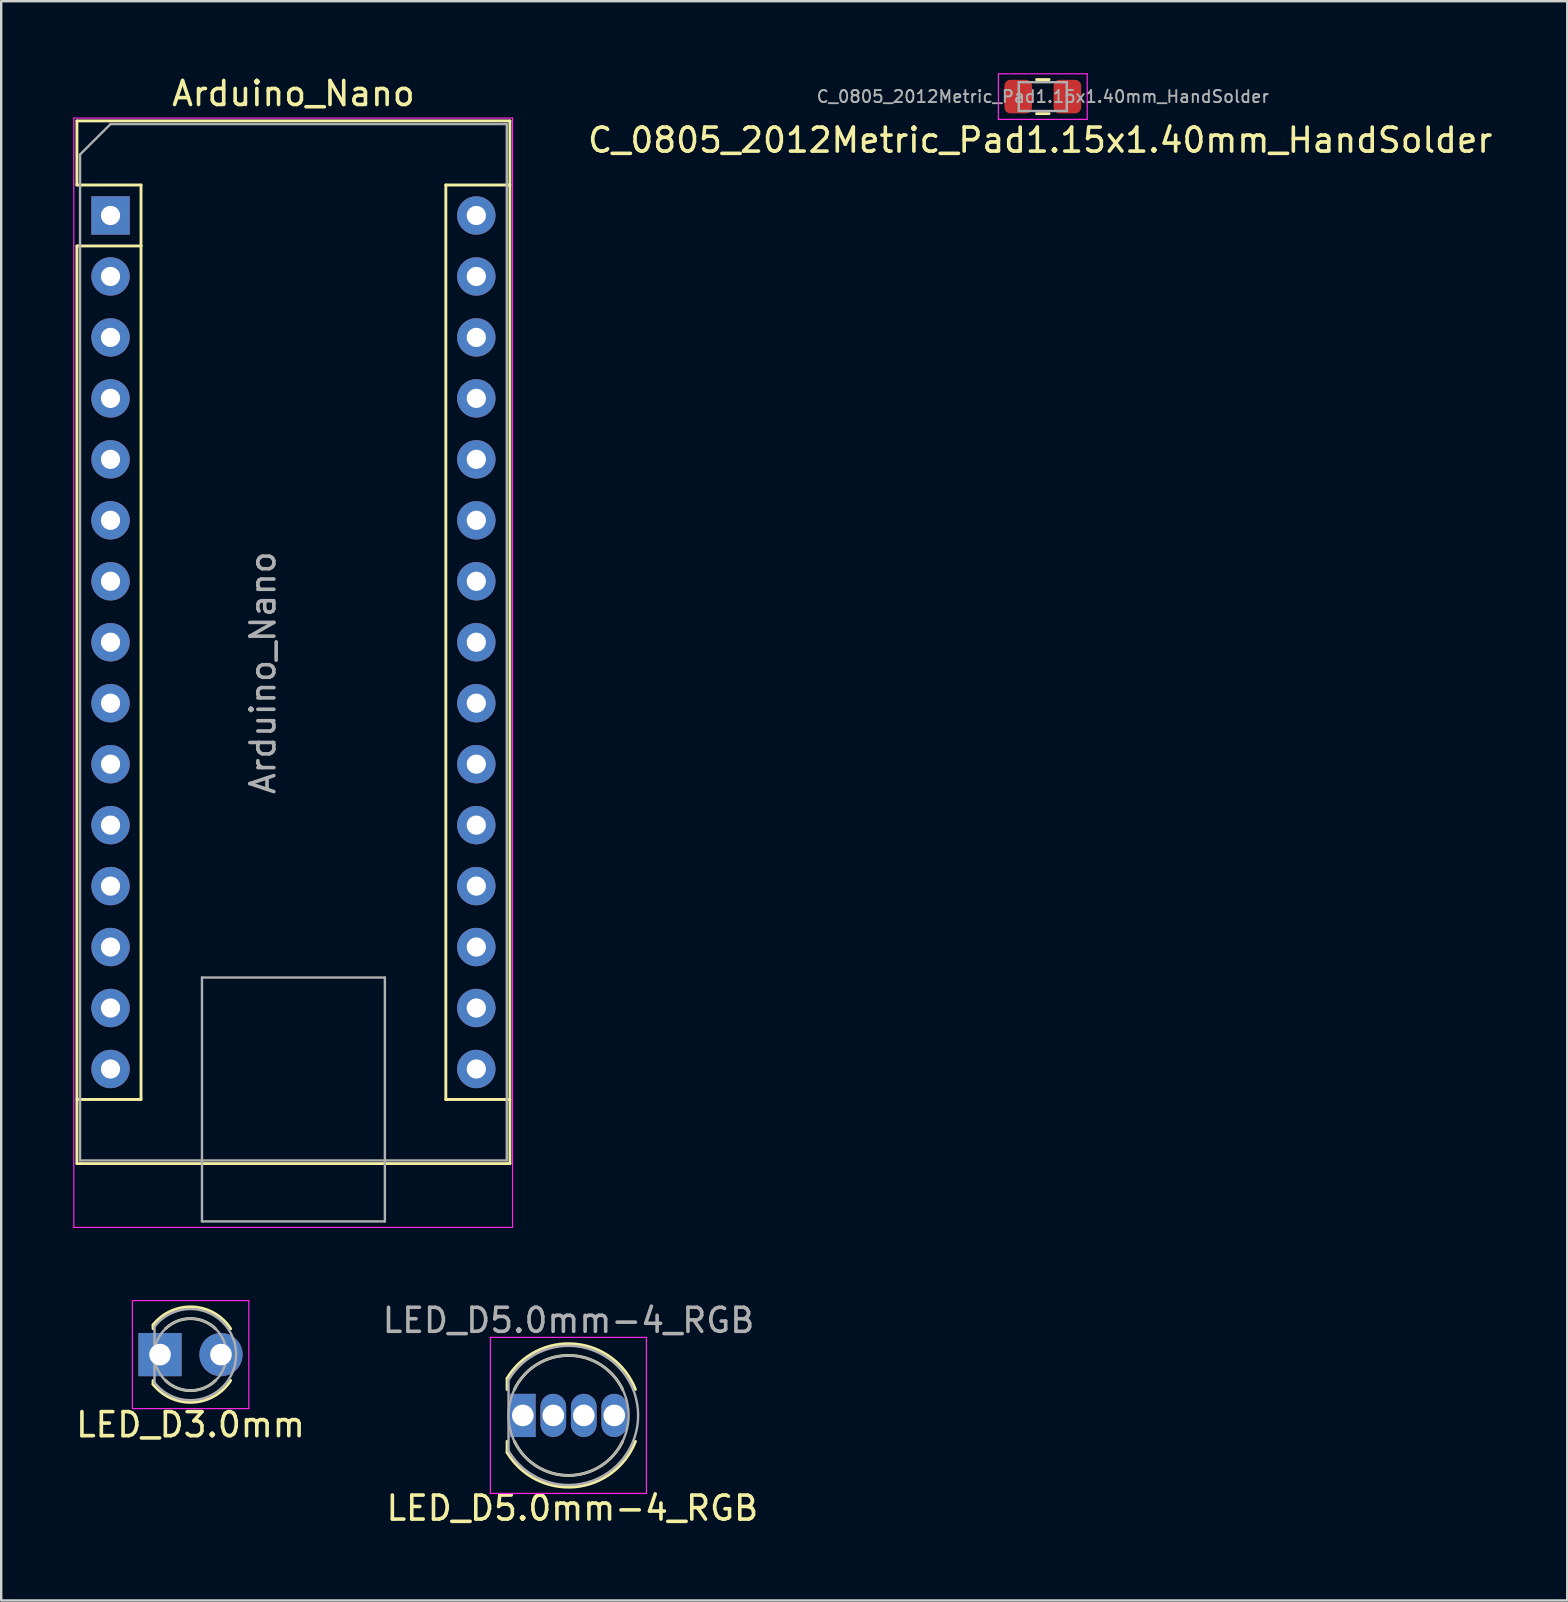
<source format=kicad_pcb>
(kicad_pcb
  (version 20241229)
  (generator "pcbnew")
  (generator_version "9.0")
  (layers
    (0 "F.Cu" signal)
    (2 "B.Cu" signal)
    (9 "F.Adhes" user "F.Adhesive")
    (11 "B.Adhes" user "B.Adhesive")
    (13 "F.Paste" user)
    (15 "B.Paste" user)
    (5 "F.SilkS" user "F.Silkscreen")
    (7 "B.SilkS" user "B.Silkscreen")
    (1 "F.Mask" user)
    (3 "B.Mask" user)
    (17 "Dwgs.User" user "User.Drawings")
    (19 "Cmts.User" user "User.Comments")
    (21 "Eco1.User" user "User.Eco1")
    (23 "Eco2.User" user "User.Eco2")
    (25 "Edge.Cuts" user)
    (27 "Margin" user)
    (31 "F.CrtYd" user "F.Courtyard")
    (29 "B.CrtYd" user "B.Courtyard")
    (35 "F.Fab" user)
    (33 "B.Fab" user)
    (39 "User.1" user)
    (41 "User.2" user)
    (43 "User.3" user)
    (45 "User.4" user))
  (footprint "Arduino_Nano"
    (layer "F.Cu")
    (at 1.555 5.928)
    (property "Reference" "Arduino_Nano" (at 7.62 -5.08 0) (layer "F.SilkS") (effects (font (size 1 1) (thickness 0.15))))
    (attr through_hole)
    (fp_line (start -1.4 -3.94) (end -1.4 -1.27) (stroke (width 0.12) (type solid)) (layer "F.SilkS"))
    (fp_line (start -1.4 1.27) (end -1.4 39.5) (stroke (width 0.12) (type solid)) (layer "F.SilkS"))
    (fp_line (start -1.4 39.5) (end 16.64 39.5) (stroke (width 0.12) (type solid)) (layer "F.SilkS"))
    (fp_line (start 1.27 -1.27) (end -1.4 -1.27) (stroke (width 0.12) (type solid)) (layer "F.SilkS"))
    (fp_line (start 1.27 1.27) (end -1.4 1.27) (stroke (width 0.12) (type solid)) (layer "F.SilkS"))
    (fp_line (start 1.27 1.27) (end 1.27 -1.27) (stroke (width 0.12) (type solid)) (layer "F.SilkS"))
    (fp_line (start 1.27 1.27) (end 1.27 36.83) (stroke (width 0.12) (type solid)) (layer "F.SilkS"))
    (fp_line (start 1.27 36.83) (end -1.4 36.83) (stroke (width 0.12) (type solid)) (layer "F.SilkS"))
    (fp_line (start 13.97 -1.27) (end 13.97 36.83) (stroke (width 0.12) (type solid)) (layer "F.SilkS"))
    (fp_line (start 13.97 -1.27) (end 16.64 -1.27) (stroke (width 0.12) (type solid)) (layer "F.SilkS"))
    (fp_line (start 13.97 36.83) (end 16.64 36.83) (stroke (width 0.12) (type solid)) (layer "F.SilkS"))
    (fp_line (start 16.64 -3.94) (end -1.4 -3.94) (stroke (width 0.12) (type solid)) (layer "F.SilkS"))
    (fp_line (start 16.64 39.5) (end 16.64 -3.94) (stroke (width 0.12) (type solid)) (layer "F.SilkS"))
    (fp_line (start -1.53 -4.06) (end -1.53 42.16) (stroke (width 0.05) (type solid)) (layer "F.CrtYd"))
    (fp_line (start -1.53 -4.06) (end 16.75 -4.06) (stroke (width 0.05) (type solid)) (layer "F.CrtYd"))
    (fp_line (start 16.75 42.16) (end -1.53 42.16) (stroke (width 0.05) (type solid)) (layer "F.CrtYd"))
    (fp_line (start 16.75 42.16) (end 16.75 -4.06) (stroke (width 0.05) (type solid)) (layer "F.CrtYd"))
    (fp_line (start -1.27 -2.54) (end 0 -3.81) (stroke (width 0.1) (type solid)) (layer "F.Fab"))
    (fp_line (start -1.27 39.37) (end -1.27 -2.54) (stroke (width 0.1) (type solid)) (layer "F.Fab"))
    (fp_line (start 0 -3.81) (end 16.51 -3.81) (stroke (width 0.1) (type solid)) (layer "F.Fab"))
    (fp_line (start 3.81 31.75) (end 11.43 31.75) (stroke (width 0.1) (type solid)) (layer "F.Fab"))
    (fp_line (start 3.81 41.91) (end 3.81 31.75) (stroke (width 0.1) (type solid)) (layer "F.Fab"))
    (fp_line (start 11.43 31.75) (end 11.43 41.91) (stroke (width 0.1) (type solid)) (layer "F.Fab"))
    (fp_line (start 11.43 41.91) (end 3.81 41.91) (stroke (width 0.1) (type solid)) (layer "F.Fab"))
    (fp_line (start 16.51 -3.81) (end 16.51 39.37) (stroke (width 0.1) (type solid)) (layer "F.Fab"))
    (fp_line (start 16.51 39.37) (end -1.27 39.37) (stroke (width 0.1) (type solid)) (layer "F.Fab"))
    (fp_text user "${REFERENCE}" (at 6.35 19.05 90) (layer "F.Fab") (effects (font (size 1 1) (thickness 0.15))))
    (pad "1" thru_hole rect (at 0 0) (size 1.6 1.6) (drill 0.8) (layers "*.Cu" "*.Mask"))
    (pad "2" thru_hole oval (at 0 2.54) (size 1.6 1.6) (drill 0.8) (layers "*.Cu" "*.Mask"))
    (pad "3" thru_hole oval (at 0 5.08) (size 1.6 1.6) (drill 0.8) (layers "*.Cu" "*.Mask"))
    (pad "4" thru_hole oval (at 0 7.62) (size 1.6 1.6) (drill 0.8) (layers "*.Cu" "*.Mask"))
    (pad "5" thru_hole oval (at 0 10.16) (size 1.6 1.6) (drill 0.8) (layers "*.Cu" "*.Mask"))
    (pad "6" thru_hole oval (at 0 12.7) (size 1.6 1.6) (drill 0.8) (layers "*.Cu" "*.Mask"))
    (pad "7" thru_hole oval (at 0 15.24) (size 1.6 1.6) (drill 0.8) (layers "*.Cu" "*.Mask"))
    (pad "8" thru_hole oval (at 0 17.78) (size 1.6 1.6) (drill 0.8) (layers "*.Cu" "*.Mask"))
    (pad "9" thru_hole oval (at 0 20.32) (size 1.6 1.6) (drill 0.8) (layers "*.Cu" "*.Mask"))
    (pad "10" thru_hole oval (at 0 22.86) (size 1.6 1.6) (drill 0.8) (layers "*.Cu" "*.Mask"))
    (pad "11" thru_hole oval (at 0 25.4) (size 1.6 1.6) (drill 0.8) (layers "*.Cu" "*.Mask"))
    (pad "12" thru_hole oval (at 0 27.94) (size 1.6 1.6) (drill 0.8) (layers "*.Cu" "*.Mask"))
    (pad "13" thru_hole oval (at 0 30.48) (size 1.6 1.6) (drill 0.8) (layers "*.Cu" "*.Mask"))
    (pad "14" thru_hole oval (at 0 33.02) (size 1.6 1.6) (drill 0.8) (layers "*.Cu" "*.Mask"))
    (pad "15" thru_hole oval (at 0 35.56) (size 1.6 1.6) (drill 0.8) (layers "*.Cu" "*.Mask"))
    (pad "16" thru_hole oval (at 15.24 35.56) (size 1.6 1.6) (drill 0.8) (layers "*.Cu" "*.Mask"))
    (pad "17" thru_hole oval (at 15.24 33.02) (size 1.6 1.6) (drill 0.8) (layers "*.Cu" "*.Mask"))
    (pad "18" thru_hole oval (at 15.24 30.48) (size 1.6 1.6) (drill 0.8) (layers "*.Cu" "*.Mask"))
    (pad "19" thru_hole oval (at 15.24 27.94) (size 1.6 1.6) (drill 0.8) (layers "*.Cu" "*.Mask"))
    (pad "20" thru_hole oval (at 15.24 25.4) (size 1.6 1.6) (drill 0.8) (layers "*.Cu" "*.Mask"))
    (pad "21" thru_hole oval (at 15.24 22.86) (size 1.6 1.6) (drill 0.8) (layers "*.Cu" "*.Mask"))
    (pad "22" thru_hole oval (at 15.24 20.32) (size 1.6 1.6) (drill 0.8) (layers "*.Cu" "*.Mask"))
    (pad "23" thru_hole oval (at 15.24 17.78) (size 1.6 1.6) (drill 0.8) (layers "*.Cu" "*.Mask"))
    (pad "24" thru_hole oval (at 15.24 15.24) (size 1.6 1.6) (drill 0.8) (layers "*.Cu" "*.Mask"))
    (pad "25" thru_hole oval (at 15.24 12.7) (size 1.6 1.6) (drill 0.8) (layers "*.Cu" "*.Mask"))
    (pad "26" thru_hole oval (at 15.24 10.16) (size 1.6 1.6) (drill 0.8) (layers "*.Cu" "*.Mask"))
    (pad "27" thru_hole oval (at 15.24 7.62) (size 1.6 1.6) (drill 0.8) (layers "*.Cu" "*.Mask"))
    (pad "28" thru_hole oval (at 15.24 5.08) (size 1.6 1.6) (drill 0.8) (layers "*.Cu" "*.Mask"))
    (pad "29" thru_hole oval (at 15.24 2.54) (size 1.6 1.6) (drill 0.8) (layers "*.Cu" "*.Mask"))
    (pad "30" thru_hole oval (at 15.24 0) (size 1.6 1.6) (drill 0.8) (layers "*.Cu" "*.Mask")))
  (footprint "C_0805_2012Metric_Pad1.15x1.40mm_HandSolder"
    (layer "F.Cu")
    (at 40.397 0.975)
    (property "Reference" "C_0805_2012Metric_Pad1.15x1.40mm_HandSolder" (at -0.109 1.814 0) (layer "F.SilkS") (effects (font (size 1 1) (thickness 0.15))))
    (attr smd)
    (fp_line (start -0.261 -0.71) (end 0.261 -0.71) (stroke (width 0.12) (type solid)) (layer "F.SilkS"))
    (fp_line (start -0.261 0.71) (end 0.261 0.71) (stroke (width 0.12) (type solid)) (layer "F.SilkS"))
    (fp_line (start -1.85 -0.95) (end 1.85 -0.95) (stroke (width 0.05) (type solid)) (layer "F.CrtYd"))
    (fp_line (start -1.85 0.95) (end -1.85 -0.95) (stroke (width 0.05) (type solid)) (layer "F.CrtYd"))
    (fp_line (start 1.85 -0.95) (end 1.85 0.95) (stroke (width 0.05) (type solid)) (layer "F.CrtYd"))
    (fp_line (start 1.85 0.95) (end -1.85 0.95) (stroke (width 0.05) (type solid)) (layer "F.CrtYd"))
    (fp_line (start -1 -0.6) (end 1 -0.6) (stroke (width 0.1) (type solid)) (layer "F.Fab"))
    (fp_line (start -1 0.6) (end -1 -0.6) (stroke (width 0.1) (type solid)) (layer "F.Fab"))
    (fp_line (start 1 -0.6) (end 1 0.6) (stroke (width 0.1) (type solid)) (layer "F.Fab"))
    (fp_line (start 1 0.6) (end -1 0.6) (stroke (width 0.1) (type solid)) (layer "F.Fab"))
    (fp_text user "${REFERENCE}" (at 0 0 0) (layer "F.Fab") (effects (font (size 0.5 0.5) (thickness 0.08))))
    (pad "1" smd roundrect (at -1.025 0) (size 1.15 1.4) (layers "F.Cu" "F.Mask" "F.Paste") (roundrect_rratio 0.217))
    (pad "2" smd roundrect (at 1.025 0) (size 1.15 1.4) (layers "F.Cu" "F.Mask" "F.Paste") (roundrect_rratio 0.217)))
  (footprint "LED_D3.0mm"
    (layer "F.Cu")
    (at 3.617 53.388)
    (property "Reference" "LED_D3.0mm" (at 1.27 2.921 0) (layer "F.SilkS") (effects (font (size 1 1) (thickness 0.15))))
    (attr through_hole)
    (fp_line (start -0.29 -1.236) (end -0.29 -1.08) (stroke (width 0.12) (type solid)) (layer "F.SilkS"))
    (fp_line (start -0.29 1.08) (end -0.29 1.236) (stroke (width 0.12) (type solid)) (layer "F.SilkS"))
    (fp_arc (start -0.29 -1.235516) (mid 1.366487 -1.987659) (end 2.942335 -1.078608) (stroke (width 0.12) (type solid)) (layer "F.SilkS"))
    (fp_arc (start 0.229039 -1.08) (mid 1.270117 -1.5) (end 2.31113 -1.079837) (stroke (width 0.12) (type solid)) (layer "F.SilkS"))
    (fp_arc (start 2.31113 1.079837) (mid 1.270117 1.5) (end 0.229039 1.08) (stroke (width 0.12) (type solid)) (layer "F.SilkS"))
    (fp_arc (start 2.942335 1.078608) (mid 1.366487 1.987659) (end -0.29 1.235516) (stroke (width 0.12) (type solid)) (layer "F.SilkS"))
    (fp_line (start -1.15 -2.25) (end -1.15 2.25) (stroke (width 0.05) (type solid)) (layer "F.CrtYd"))
    (fp_line (start -1.15 2.25) (end 3.7 2.25) (stroke (width 0.05) (type solid)) (layer "F.CrtYd"))
    (fp_line (start 3.7 -2.25) (end -1.15 -2.25) (stroke (width 0.05) (type solid)) (layer "F.CrtYd"))
    (fp_line (start 3.7 2.25) (end 3.7 -2.25) (stroke (width 0.05) (type solid)) (layer "F.CrtYd"))
    (fp_line (start -0.23 -1.166) (end -0.23 1.166) (stroke (width 0.1) (type solid)) (layer "F.Fab"))
    (fp_arc (start -0.23 -1.16619) (mid 3.17 0.000452) (end -0.230555 1.165476) (stroke (width 0.1) (type solid)) (layer "F.Fab"))
    (fp_circle (center 1.27 0) (end 2.77 0) (stroke (width 0.1) (type solid)) (fill no) (layer "F.Fab"))
    (pad "1" thru_hole rect (at 0 0) (size 1.8 1.8) (drill 0.9) (layers "*.Cu" "*.Mask"))
    (pad "2" thru_hole circle (at 2.54 0) (size 1.8 1.8) (drill 0.9) (layers "*.Cu" "*.Mask")))
  (footprint "LED_D5.0mm-4_RGB"
    (layer "F.Cu")
    (at 18.732 55.922)
    (property "Reference" "LED_D5.0mm-4_RGB" (at 2.065 3.862 0) (layer "F.SilkS") (effects (font (size 1 1) (thickness 0.15))))
    (attr through_hole)
    (fp_line (start -0.655 -1.545) (end -0.655 -1.08) (stroke (width 0.12) (type solid)) (layer "F.SilkS"))
    (fp_line (start -0.655 1.08) (end -0.655 1.545) (stroke (width 0.12) (type solid)) (layer "F.SilkS"))
    (fp_arc (start -0.655 -1.54483) (mid 2.163456 -2.978808) (end 4.692813 -1.080826) (stroke (width 0.12) (type solid)) (layer "F.SilkS"))
    (fp_arc (start -0.349684 -1.08) (mid 1.904762 -2.499999) (end 4.159477 -1.080428) (stroke (width 0.12) (type solid)) (layer "F.SilkS"))
    (fp_arc (start 4.159477 1.080428) (mid 1.904762 2.499999) (end -0.349684 1.08) (stroke (width 0.12) (type solid)) (layer "F.SilkS"))
    (fp_arc (start 4.692813 1.080826) (mid 2.163456 2.978807) (end -0.655 1.54483) (stroke (width 0.12) (type solid)) (layer "F.SilkS"))
    (fp_line (start -1.35 -3.25) (end -1.35 3.25) (stroke (width 0.05) (type solid)) (layer "F.CrtYd"))
    (fp_line (start -1.35 3.25) (end 5.15 3.25) (stroke (width 0.05) (type solid)) (layer "F.CrtYd"))
    (fp_line (start 5.15 -3.25) (end -1.35 -3.25) (stroke (width 0.05) (type solid)) (layer "F.CrtYd"))
    (fp_line (start 5.15 3.25) (end 5.15 -3.25) (stroke (width 0.05) (type solid)) (layer "F.CrtYd"))
    (fp_line (start -0.595 -1.47) (end -0.595 1.47) (stroke (width 0.1) (type solid)) (layer "F.Fab"))
    (fp_arc (start -0.595 -1.469694) (mid 4.804998 0.000017) (end -0.595017 1.469665) (stroke (width 0.1) (type solid)) (layer "F.Fab"))
    (fp_circle (center 1.905 0) (end 4.405 0) (stroke (width 0.1) (type solid)) (fill no) (layer "F.Fab"))
    (fp_text user "${REFERENCE}" (at 1.905 -3.96 0) (layer "F.Fab") (effects (font (size 1 1) (thickness 0.15))))
    (pad "1" thru_hole rect (at 0 0) (size 1.07 1.8) (drill 0.9) (layers "*.Cu" "*.Mask"))
    (pad "2" thru_hole oval (at 1.27 0) (size 1.07 1.8) (drill 0.9) (layers "*.Cu" "*.Mask"))
    (pad "3" thru_hole oval (at 2.54 0) (size 1.07 1.8) (drill 0.9) (layers "*.Cu" "*.Mask"))
    (pad "4" thru_hole oval (at 3.81 0) (size 1.07 1.8) (drill 0.9) (layers "*.Cu" "*.Mask")))
  (gr_rect
    (start -3 -3)
    (end 62.247 63.631)
    (stroke (width 0.1) (type default))
    (fill no)
    (layer "Edge.Cuts")))
</source>
